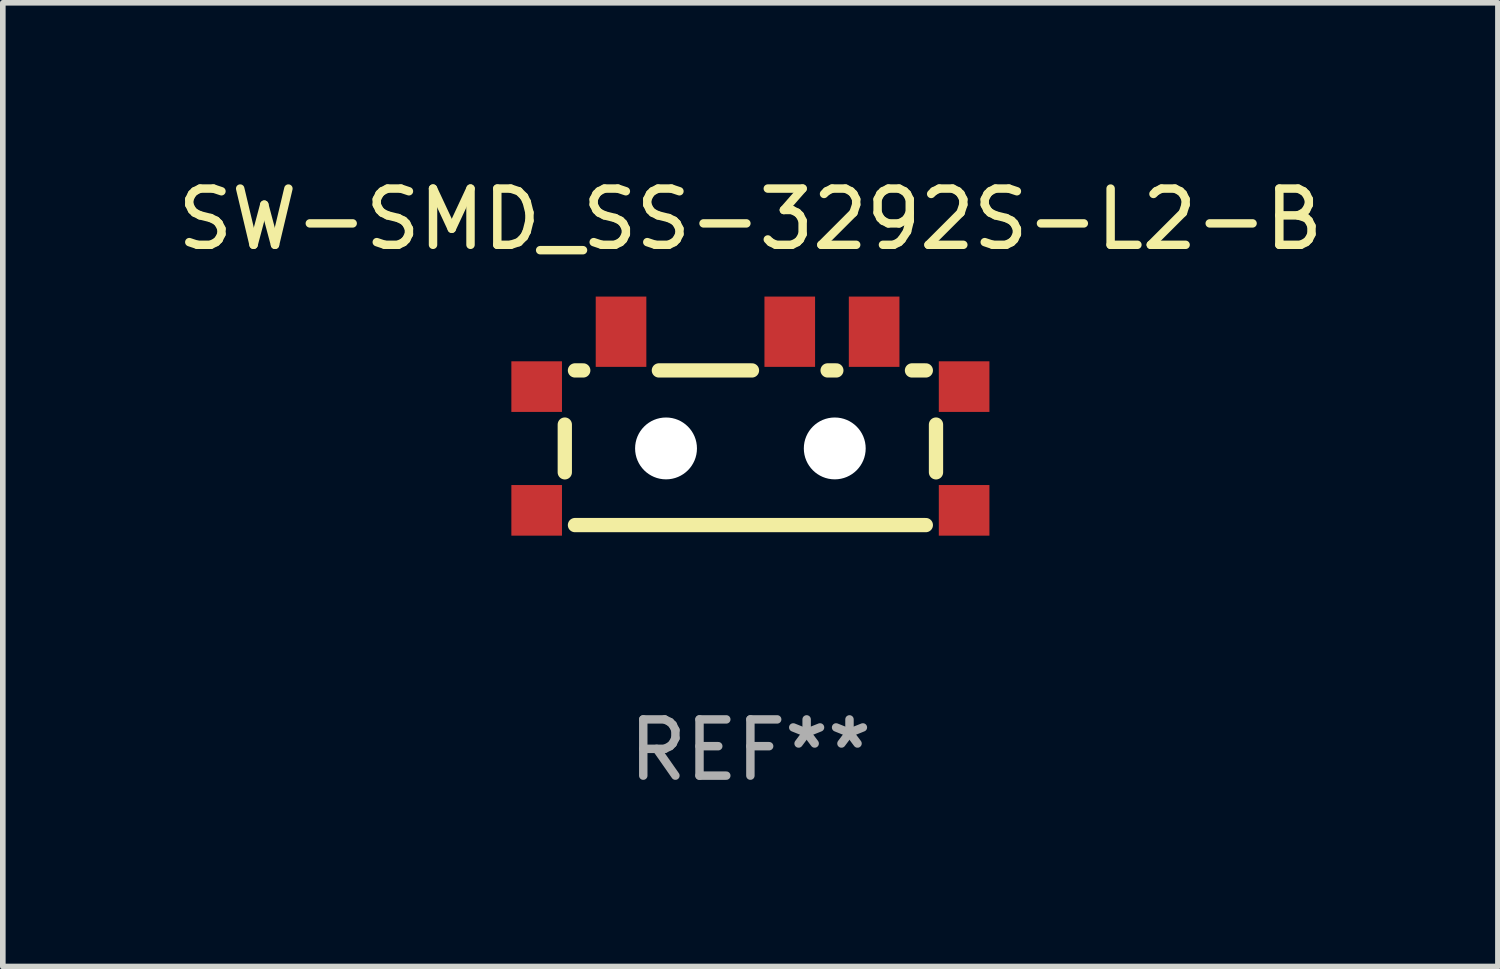
<source format=kicad_pcb>
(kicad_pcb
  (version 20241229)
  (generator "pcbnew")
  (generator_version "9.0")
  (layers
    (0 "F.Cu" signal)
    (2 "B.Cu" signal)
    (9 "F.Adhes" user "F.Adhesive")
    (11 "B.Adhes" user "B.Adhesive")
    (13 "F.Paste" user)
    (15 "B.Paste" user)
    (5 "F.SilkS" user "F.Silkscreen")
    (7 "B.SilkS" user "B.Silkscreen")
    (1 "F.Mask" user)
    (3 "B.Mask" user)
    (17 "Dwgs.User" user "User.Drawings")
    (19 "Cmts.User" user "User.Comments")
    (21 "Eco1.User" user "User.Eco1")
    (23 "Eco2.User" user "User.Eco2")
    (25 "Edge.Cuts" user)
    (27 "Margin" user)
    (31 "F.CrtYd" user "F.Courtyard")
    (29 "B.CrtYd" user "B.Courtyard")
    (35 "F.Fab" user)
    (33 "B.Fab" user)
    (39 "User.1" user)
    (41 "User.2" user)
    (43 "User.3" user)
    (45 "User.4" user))
  (footprint "SW-SMD_SS-3292S-L2-B"
    (layer "F.Cu")
    (at 10.292 4.436)
    (property "Reference" "SW-SMD_SS-3292S-L2-B" (at 0 -3.588 0) (layer "F.SilkS") (effects (font (size 1 1) (thickness 0.15))))
    (attr smd)
    (fp_line (start -3.3 0.063) (end -3.3 0.912) (stroke (width 0.254) (type solid)) (layer "F.SilkS"))
    (fp_line (start -3.119 1.85) (end 3.119 1.85) (stroke (width 0.254) (type solid)) (layer "F.SilkS"))
    (fp_line (start -2.972 -0.9) (end -3.119 -0.9) (stroke (width 0.254) (type solid)) (layer "F.SilkS"))
    (fp_line (start 0.028 -0.9) (end -1.627 -0.9) (stroke (width 0.254) (type solid)) (layer "F.SilkS"))
    (fp_line (start 1.528 -0.9) (end 1.373 -0.9) (stroke (width 0.254) (type solid)) (layer "F.SilkS"))
    (fp_line (start 3.119 -0.9) (end 2.873 -0.9) (stroke (width 0.254) (type solid)) (layer "F.SilkS"))
    (fp_line (start 3.3 0.912) (end 3.3 0.063) (stroke (width 0.254) (type solid)) (layer "F.SilkS"))
    (fp_text user "REF**" (at 0 5.85 0) (layer "F.Fab") (effects (font (size 1 1) (thickness 0.15))))
    (pad "" np_thru_hole circle (at -1.5 0.487) (size 1.1 1.1) (drill 1.1) (layers "*.Cu" "*.Mask"))
    (pad "" np_thru_hole circle (at 1.5 0.487) (size 1.1 1.1) (drill 1.1) (layers "*.Cu" "*.Mask"))
    (pad "1" smd rect (at -2.3 -1.588 180) (size 0.9 1.25) (layers "F.Cu" "F.Mask" "F.Paste"))
    (pad "2" smd rect (at 0.7 -1.588 180) (size 0.9 1.25) (layers "F.Cu" "F.Mask" "F.Paste"))
    (pad "3" smd rect (at 2.2 -1.588 180) (size 0.9 1.25) (layers "F.Cu" "F.Mask" "F.Paste"))
    (pad "EH" smd rect (at -3.8 -0.612 180) (size 0.9 0.9) (layers "F.Cu" "F.Mask" "F.Paste"))
    (pad "EH" smd rect (at -3.8 1.588 180) (size 0.9 0.9) (layers "F.Cu" "F.Mask" "F.Paste"))
    (pad "EH" smd rect (at 3.8 -0.612 180) (size 0.9 0.9) (layers "F.Cu" "F.Mask" "F.Paste"))
    (pad "EH" smd rect (at 3.8 1.588 180) (size 0.9 0.9) (layers "F.Cu" "F.Mask" "F.Paste")))
  (gr_rect
    (start -3 -3)
    (end 23.583 14.134)
    (stroke (width 0.1) (type default))
    (fill no)
    (layer "Edge.Cuts")))
</source>
